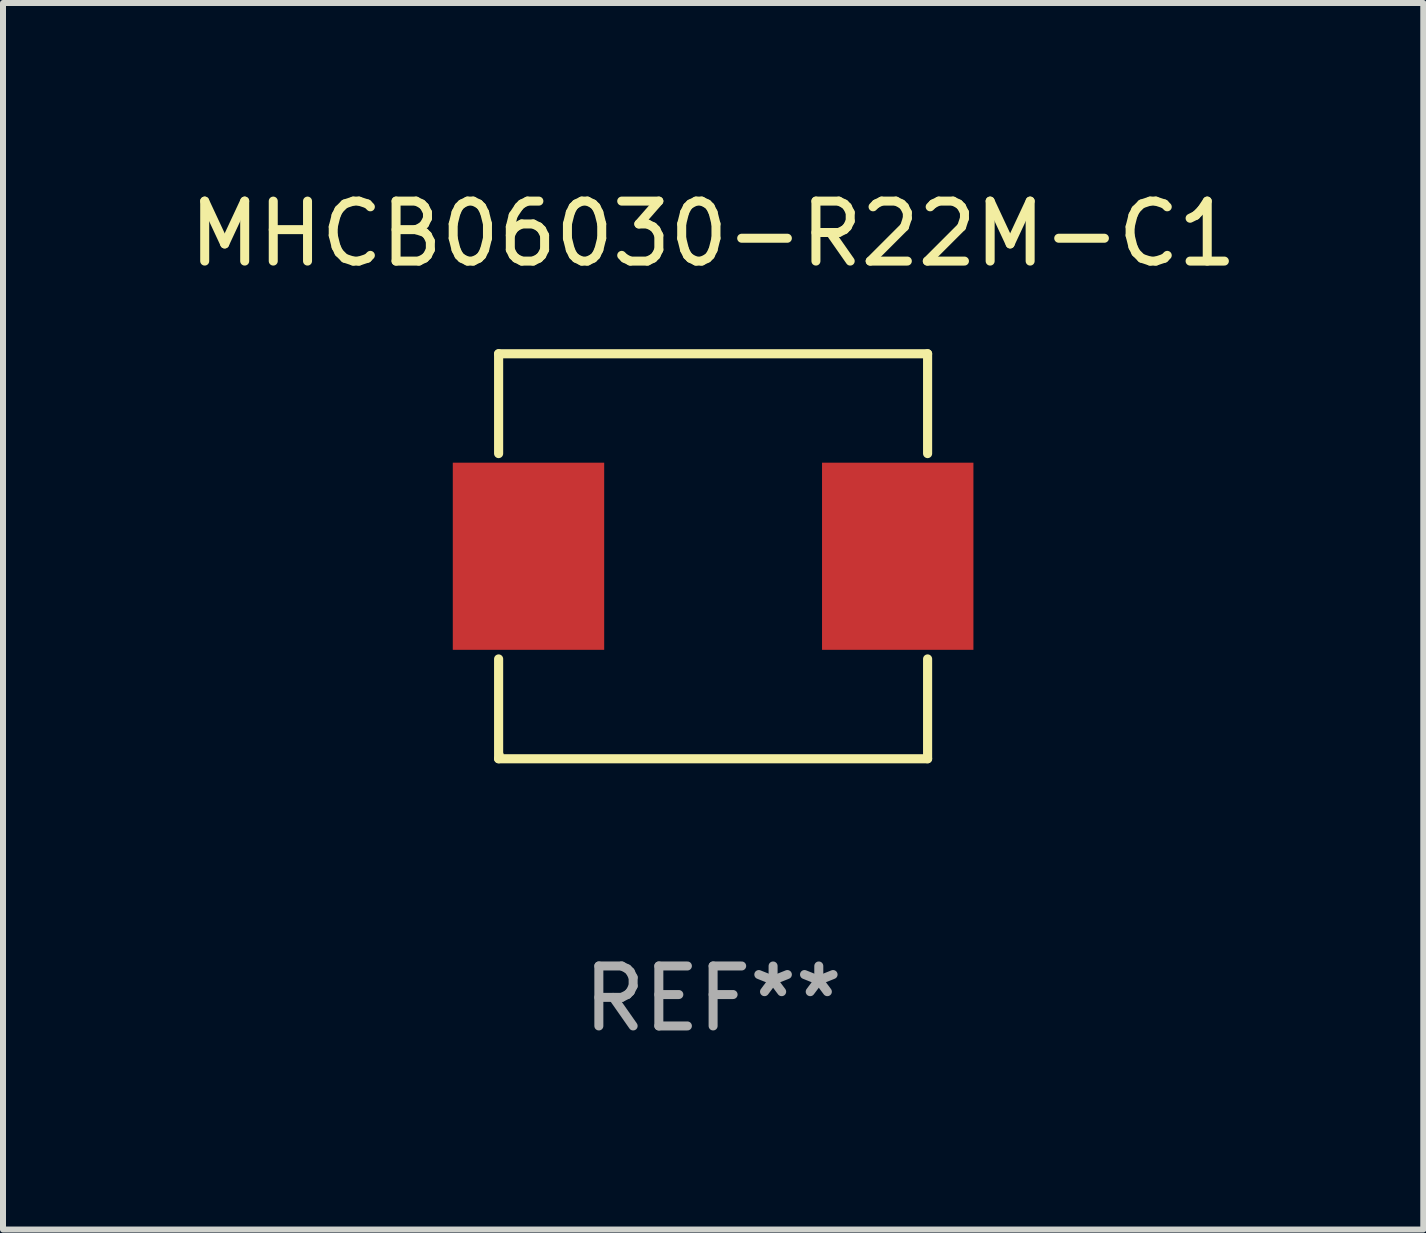
<source format=kicad_pcb>
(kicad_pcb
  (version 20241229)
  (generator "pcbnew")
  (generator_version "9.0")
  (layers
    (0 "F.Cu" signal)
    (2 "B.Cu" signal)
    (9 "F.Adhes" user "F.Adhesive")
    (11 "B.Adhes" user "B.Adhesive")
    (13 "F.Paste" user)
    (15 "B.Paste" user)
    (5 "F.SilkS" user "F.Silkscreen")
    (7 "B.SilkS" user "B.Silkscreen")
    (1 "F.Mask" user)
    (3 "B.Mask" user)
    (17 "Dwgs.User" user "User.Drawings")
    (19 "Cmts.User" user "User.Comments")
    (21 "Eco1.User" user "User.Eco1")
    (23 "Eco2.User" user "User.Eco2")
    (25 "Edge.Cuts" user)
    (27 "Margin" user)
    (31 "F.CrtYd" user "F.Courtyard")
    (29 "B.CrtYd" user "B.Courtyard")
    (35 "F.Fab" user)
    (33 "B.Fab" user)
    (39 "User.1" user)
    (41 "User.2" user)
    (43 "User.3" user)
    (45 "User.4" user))
  (footprint "MHCB06030-R22M-C1"
    (layer "F.Cu")
    (at 8.839 6.224)
    (property "Reference" "MHCB06030-R22M-C1" (at 0 -5.376 0) (layer "F.SilkS") (effects (font (size 1 1) (thickness 0.15))))
    (attr through_hole)
    (fp_line (start -3.576 -3.376) (end 3.576 -3.376) (stroke (width 0.152) (type solid)) (layer "F.SilkS"))
    (fp_line (start -3.576 -1.712) (end -3.576 -3.376) (stroke (width 0.152) (type solid)) (layer "F.SilkS"))
    (fp_line (start -3.576 1.712) (end -3.576 3.376) (stroke (width 0.152) (type solid)) (layer "F.SilkS"))
    (fp_line (start -3.576 3.376) (end 3.576 3.376) (stroke (width 0.152) (type solid)) (layer "F.SilkS"))
    (fp_line (start 3.576 -3.376) (end 3.576 -1.712) (stroke (width 0.152) (type solid)) (layer "F.SilkS"))
    (fp_line (start 3.576 3.376) (end 3.576 1.712) (stroke (width 0.152) (type solid)) (layer "F.SilkS"))
    (fp_circle (center -3.552 3.307) (end -3.522 3.307) (stroke (width 0.06) (type solid)) (fill no) (layer "F.SilkS"))
    (fp_text user "REF**" (at 0 7.376 0) (layer "F.Fab") (effects (font (size 1 1) (thickness 0.15))))
    (pad "1" smd rect (at -3.078 0) (size 2.524 3.12) (layers "F.Cu" "F.Mask" "F.Paste"))
    (pad "2" smd rect (at 3.078 0) (size 2.524 3.12) (layers "F.Cu" "F.Mask" "F.Paste")))
  (gr_rect
    (start -3 -3)
    (end 20.679 17.449)
    (stroke (width 0.1) (type default))
    (fill no)
    (layer "Edge.Cuts")))
</source>
